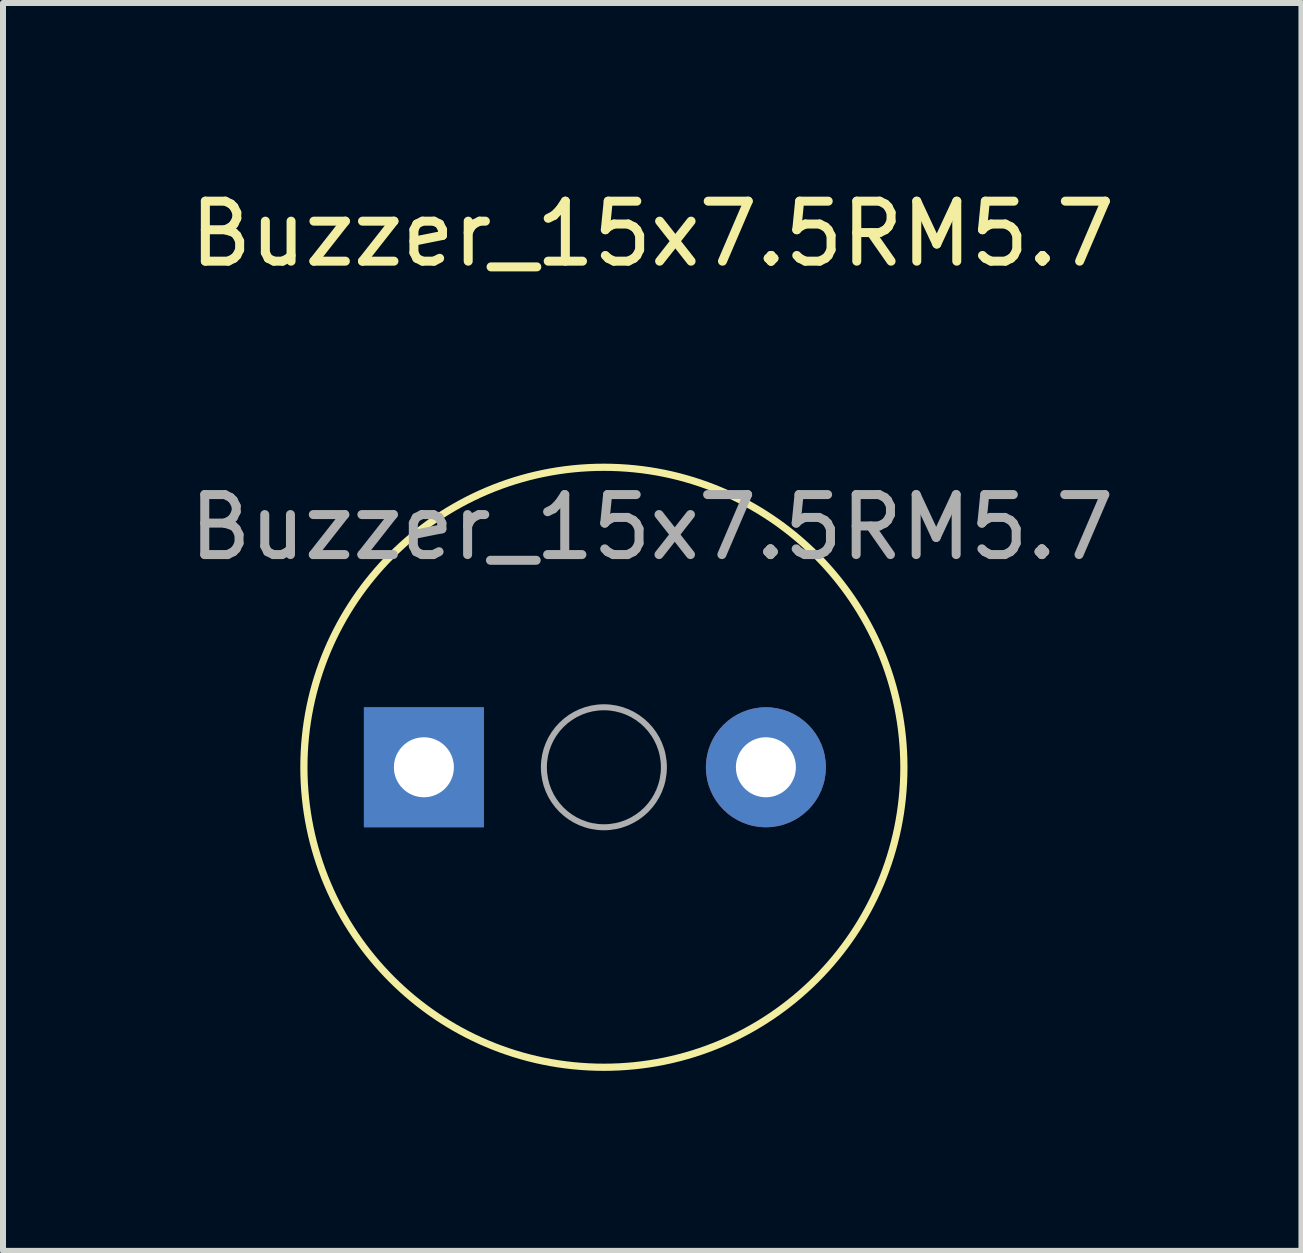
<source format=kicad_pcb>
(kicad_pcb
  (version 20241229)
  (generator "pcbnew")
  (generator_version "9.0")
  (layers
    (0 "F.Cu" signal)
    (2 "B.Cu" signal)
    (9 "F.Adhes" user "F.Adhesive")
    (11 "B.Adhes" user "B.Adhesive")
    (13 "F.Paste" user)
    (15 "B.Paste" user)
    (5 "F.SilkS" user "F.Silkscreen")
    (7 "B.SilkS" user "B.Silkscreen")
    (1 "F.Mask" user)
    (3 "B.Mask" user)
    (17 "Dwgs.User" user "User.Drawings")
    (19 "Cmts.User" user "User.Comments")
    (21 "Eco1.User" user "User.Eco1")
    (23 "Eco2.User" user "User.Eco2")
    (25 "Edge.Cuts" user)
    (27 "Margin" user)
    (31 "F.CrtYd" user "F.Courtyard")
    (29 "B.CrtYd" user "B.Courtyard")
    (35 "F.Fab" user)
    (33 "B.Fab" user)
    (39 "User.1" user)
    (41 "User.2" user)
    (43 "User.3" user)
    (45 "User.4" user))
  (footprint "Buzzer_15x7.5RM5.7"
    (layer "F.Cu")
    (at 4.015 9.738)
    (property "Reference" "Buzzer_15x7.5RM5.7" (at 3.81 -8.89 0) (layer "F.SilkS") (effects (font (size 1 1) (thickness 0.15))))
    (attr through_hole)
    (fp_circle (center 3 0) (end 8 0) (stroke (width 0.12) (type solid)) (fill no) (layer "F.SilkS"))
    (fp_circle (center 3 0) (end 4 0) (stroke (width 0.1) (type solid)) (fill no) (layer "F.Fab"))
    (fp_text user "${REFERENCE}" (at 3.8 -4 0) (layer "F.Fab") (effects (font (size 1 1) (thickness 0.15))))
    (pad "1" thru_hole rect (at 0 0) (size 2 2) (drill 1) (layers "*.Cu" "*.Mask"))
    (pad "2" thru_hole circle (at 5.7 0) (size 2 2) (drill 1) (layers "*.Cu" "*.Mask")))
  (gr_rect
    (start -3 -3)
    (end 18.641 17.798)
    (stroke (width 0.1) (type default))
    (fill no)
    (layer "Edge.Cuts")))
</source>
